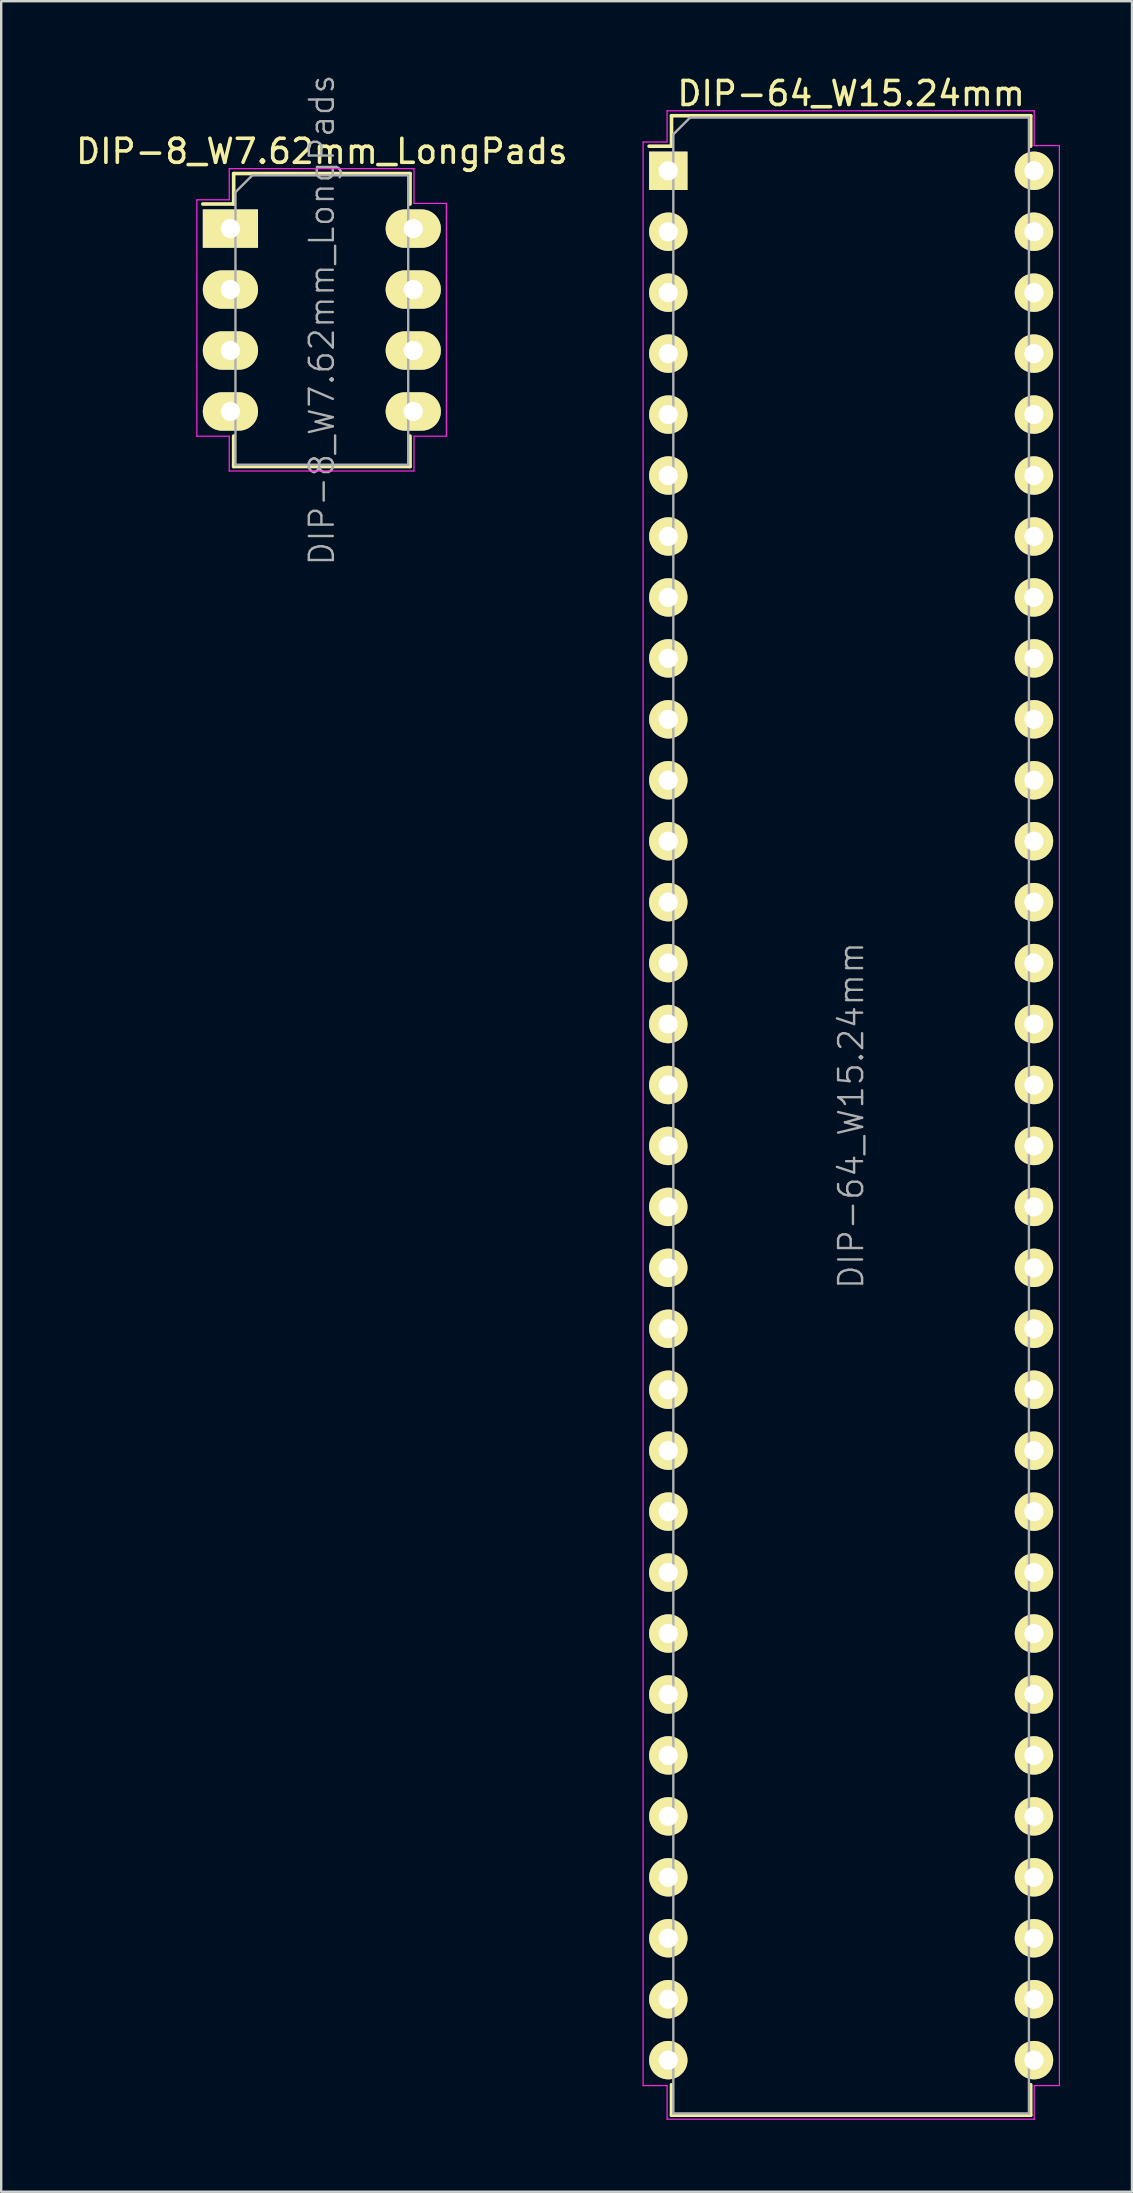
<source format=kicad_pcb>
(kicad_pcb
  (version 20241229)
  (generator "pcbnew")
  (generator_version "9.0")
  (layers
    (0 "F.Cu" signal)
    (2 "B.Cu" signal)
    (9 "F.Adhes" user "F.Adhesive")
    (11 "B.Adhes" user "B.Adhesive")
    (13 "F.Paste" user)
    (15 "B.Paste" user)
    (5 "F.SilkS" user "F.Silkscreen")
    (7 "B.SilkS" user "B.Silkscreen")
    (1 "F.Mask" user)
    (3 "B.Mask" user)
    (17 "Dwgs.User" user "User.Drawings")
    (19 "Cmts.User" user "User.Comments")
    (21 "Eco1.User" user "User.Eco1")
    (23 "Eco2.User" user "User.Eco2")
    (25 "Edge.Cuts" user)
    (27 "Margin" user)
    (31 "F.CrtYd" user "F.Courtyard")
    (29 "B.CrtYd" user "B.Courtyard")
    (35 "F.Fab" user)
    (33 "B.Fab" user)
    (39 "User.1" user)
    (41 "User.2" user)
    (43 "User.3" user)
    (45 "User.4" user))
  (footprint "DIP-64_W15.24mm"
    (layer "F.Cu")
    (at 24.801 4.068)
    (property "Reference" "DIP-64_W15.24mm" (at 7.62 -3.22 0) (layer "F.SilkS") (effects (font (size 1 1) (thickness 0.15))))
    (attr smd)
    (fp_line (start 0.135 -2.295) (end 0.135 -1.025) (stroke (width 0.15) (type solid)) (layer "F.SilkS"))
    (fp_line (start 0.135 -2.295) (end 15.105 -2.295) (stroke (width 0.15) (type solid)) (layer "F.SilkS"))
    (fp_line (start 0.135 -1.025) (end -0.8 -1.025) (stroke (width 0.15) (type solid)) (layer "F.SilkS"))
    (fp_line (start 0.135 81.035) (end 0.135 79.765) (stroke (width 0.15) (type solid)) (layer "F.SilkS"))
    (fp_line (start 0.135 81.035) (end 15.105 81.035) (stroke (width 0.15) (type solid)) (layer "F.SilkS"))
    (fp_line (start 15.105 -2.295) (end 15.105 -1.025) (stroke (width 0.15) (type solid)) (layer "F.SilkS"))
    (fp_line (start 15.105 81.035) (end 15.105 79.765) (stroke (width 0.15) (type solid)) (layer "F.SilkS"))
    (fp_line (start -1.05 -1.2) (end -1.05 79.8) (stroke (width 0.05) (type solid)) (layer "F.CrtYd"))
    (fp_line (start -1.05 -1.2) (end -0.05 -1.2) (stroke (width 0.05) (type solid)) (layer "F.CrtYd"))
    (fp_line (start -1.05 79.8) (end -0.05 79.8) (stroke (width 0.05) (type solid)) (layer "F.CrtYd"))
    (fp_line (start -0.05 -2.5) (end -0.05 -1.2) (stroke (width 0.05) (type solid)) (layer "F.CrtYd"))
    (fp_line (start -0.05 81.2) (end -0.05 79.8) (stroke (width 0.05) (type solid)) (layer "F.CrtYd"))
    (fp_line (start 15.25 -2.5) (end -0.05 -2.5) (stroke (width 0.05) (type solid)) (layer "F.CrtYd"))
    (fp_line (start 15.25 -2.5) (end 15.25 -1.05) (stroke (width 0.05) (type solid)) (layer "F.CrtYd"))
    (fp_line (start 15.25 81.2) (end -0.05 81.2) (stroke (width 0.05) (type solid)) (layer "F.CrtYd"))
    (fp_line (start 15.25 81.2) (end 15.25 79.8) (stroke (width 0.05) (type solid)) (layer "F.CrtYd"))
    (fp_line (start 16.3 -1.05) (end 15.25 -1.05) (stroke (width 0.05) (type solid)) (layer "F.CrtYd"))
    (fp_line (start 16.3 -1.05) (end 16.3 79.8) (stroke (width 0.05) (type solid)) (layer "F.CrtYd"))
    (fp_line (start 16.3 79.8) (end 15.25 79.8) (stroke (width 0.05) (type solid)) (layer "F.CrtYd"))
    (fp_line (start 0.21 -1.52) (end 0.91 -2.22) (stroke (width 0.1) (type solid)) (layer "F.Fab"))
    (fp_line (start 0.21 80.96) (end 0.21 -1.52) (stroke (width 0.1) (type solid)) (layer "F.Fab"))
    (fp_line (start 15.03 -2.22) (end 0.91 -2.22) (stroke (width 0.1) (type solid)) (layer "F.Fab"))
    (fp_line (start 15.03 80.96) (end 0.21 80.96) (stroke (width 0.1) (type solid)) (layer "F.Fab"))
    (fp_line (start 15.03 80.96) (end 15.03 -2.22) (stroke (width 0.1) (type solid)) (layer "F.Fab"))
    (fp_text user "${REFERENCE}" (at 7.62 39.37 90) (layer "F.Fab") (effects (font (size 1 1) (thickness 0.1))))
    (pad "1" thru_hole rect (at 0 0) (size 1.6 1.6) (drill 0.8) (layers "*.Cu" "*.Mask" "F.SilkS"))
    (pad "2" thru_hole oval (at 0 2.54) (size 1.6 1.6) (drill 0.8) (layers "*.Cu" "*.Mask" "F.SilkS"))
    (pad "3" thru_hole oval (at 0 5.08) (size 1.6 1.6) (drill 0.8) (layers "*.Cu" "*.Mask" "F.SilkS"))
    (pad "4" thru_hole oval (at 0 7.62) (size 1.6 1.6) (drill 0.8) (layers "*.Cu" "*.Mask" "F.SilkS"))
    (pad "5" thru_hole oval (at 0 10.16) (size 1.6 1.6) (drill 0.8) (layers "*.Cu" "*.Mask" "F.SilkS"))
    (pad "6" thru_hole oval (at 0 12.7) (size 1.6 1.6) (drill 0.8) (layers "*.Cu" "*.Mask" "F.SilkS"))
    (pad "7" thru_hole oval (at 0 15.24) (size 1.6 1.6) (drill 0.8) (layers "*.Cu" "*.Mask" "F.SilkS"))
    (pad "8" thru_hole oval (at 0 17.78) (size 1.6 1.6) (drill 0.8) (layers "*.Cu" "*.Mask" "F.SilkS"))
    (pad "9" thru_hole oval (at 0 20.32) (size 1.6 1.6) (drill 0.8) (layers "*.Cu" "*.Mask" "F.SilkS"))
    (pad "10" thru_hole oval (at 0 22.86) (size 1.6 1.6) (drill 0.8) (layers "*.Cu" "*.Mask" "F.SilkS"))
    (pad "11" thru_hole oval (at 0 25.4) (size 1.6 1.6) (drill 0.8) (layers "*.Cu" "*.Mask" "F.SilkS"))
    (pad "12" thru_hole oval (at 0 27.94) (size 1.6 1.6) (drill 0.8) (layers "*.Cu" "*.Mask" "F.SilkS"))
    (pad "13" thru_hole oval (at 0 30.48) (size 1.6 1.6) (drill 0.8) (layers "*.Cu" "*.Mask" "F.SilkS"))
    (pad "14" thru_hole oval (at 0 33.02) (size 1.6 1.6) (drill 0.8) (layers "*.Cu" "*.Mask" "F.SilkS"))
    (pad "15" thru_hole oval (at 0 35.56) (size 1.6 1.6) (drill 0.8) (layers "*.Cu" "*.Mask" "F.SilkS"))
    (pad "16" thru_hole oval (at 0 38.1) (size 1.6 1.6) (drill 0.8) (layers "*.Cu" "*.Mask" "F.SilkS"))
    (pad "17" thru_hole oval (at 0 40.64) (size 1.6 1.6) (drill 0.8) (layers "*.Cu" "*.Mask" "F.SilkS"))
    (pad "18" thru_hole oval (at 0 43.18) (size 1.6 1.6) (drill 0.8) (layers "*.Cu" "*.Mask" "F.SilkS"))
    (pad "19" thru_hole oval (at 0 45.72) (size 1.6 1.6) (drill 0.8) (layers "*.Cu" "*.Mask" "F.SilkS"))
    (pad "20" thru_hole oval (at 0 48.26) (size 1.6 1.6) (drill 0.8) (layers "*.Cu" "*.Mask" "F.SilkS"))
    (pad "21" thru_hole oval (at 0 50.8) (size 1.6 1.6) (drill 0.8) (layers "*.Cu" "*.Mask" "F.SilkS"))
    (pad "22" thru_hole oval (at 0 53.34) (size 1.6 1.6) (drill 0.8) (layers "*.Cu" "*.Mask" "F.SilkS"))
    (pad "23" thru_hole oval (at 0 55.88) (size 1.6 1.6) (drill 0.8) (layers "*.Cu" "*.Mask" "F.SilkS"))
    (pad "24" thru_hole oval (at 0 58.42) (size 1.6 1.6) (drill 0.8) (layers "*.Cu" "*.Mask" "F.SilkS"))
    (pad "25" thru_hole oval (at 0 60.96) (size 1.6 1.6) (drill 0.8) (layers "*.Cu" "*.Mask" "F.SilkS"))
    (pad "26" thru_hole oval (at 0 63.5) (size 1.6 1.6) (drill 0.8) (layers "*.Cu" "*.Mask" "F.SilkS"))
    (pad "27" thru_hole oval (at 0 66.04) (size 1.6 1.6) (drill 0.8) (layers "*.Cu" "*.Mask" "F.SilkS"))
    (pad "28" thru_hole oval (at 0 68.58) (size 1.6 1.6) (drill 0.8) (layers "*.Cu" "*.Mask" "F.SilkS"))
    (pad "29" thru_hole oval (at 0 71.12) (size 1.6 1.6) (drill 0.8) (layers "*.Cu" "*.Mask" "F.SilkS"))
    (pad "30" thru_hole oval (at 0 73.66) (size 1.6 1.6) (drill 0.8) (layers "*.Cu" "*.Mask" "F.SilkS"))
    (pad "31" thru_hole oval (at 0 76.2) (size 1.6 1.6) (drill 0.8) (layers "*.Cu" "*.Mask" "F.SilkS"))
    (pad "32" thru_hole oval (at 0 78.74) (size 1.6 1.6) (drill 0.8) (layers "*.Cu" "*.Mask" "F.SilkS"))
    (pad "33" thru_hole oval (at 15.24 78.74) (size 1.6 1.6) (drill 0.8) (layers "*.Cu" "*.Mask" "F.SilkS"))
    (pad "34" thru_hole oval (at 15.24 76.2) (size 1.6 1.6) (drill 0.8) (layers "*.Cu" "*.Mask" "F.SilkS"))
    (pad "35" thru_hole oval (at 15.24 73.66) (size 1.6 1.6) (drill 0.8) (layers "*.Cu" "*.Mask" "F.SilkS"))
    (pad "36" thru_hole oval (at 15.24 71.12) (size 1.6 1.6) (drill 0.8) (layers "*.Cu" "*.Mask" "F.SilkS"))
    (pad "37" thru_hole oval (at 15.24 68.58) (size 1.6 1.6) (drill 0.8) (layers "*.Cu" "*.Mask" "F.SilkS"))
    (pad "38" thru_hole oval (at 15.24 66.04) (size 1.6 1.6) (drill 0.8) (layers "*.Cu" "*.Mask" "F.SilkS"))
    (pad "39" thru_hole oval (at 15.24 63.5) (size 1.6 1.6) (drill 0.8) (layers "*.Cu" "*.Mask" "F.SilkS"))
    (pad "40" thru_hole oval (at 15.24 60.96) (size 1.6 1.6) (drill 0.8) (layers "*.Cu" "*.Mask" "F.SilkS"))
    (pad "41" thru_hole oval (at 15.24 58.42) (size 1.6 1.6) (drill 0.8) (layers "*.Cu" "*.Mask" "F.SilkS"))
    (pad "42" thru_hole oval (at 15.24 55.88) (size 1.6 1.6) (drill 0.8) (layers "*.Cu" "*.Mask" "F.SilkS"))
    (pad "43" thru_hole oval (at 15.24 53.34) (size 1.6 1.6) (drill 0.8) (layers "*.Cu" "*.Mask" "F.SilkS"))
    (pad "44" thru_hole oval (at 15.24 50.8) (size 1.6 1.6) (drill 0.8) (layers "*.Cu" "*.Mask" "F.SilkS"))
    (pad "45" thru_hole oval (at 15.24 48.26) (size 1.6 1.6) (drill 0.8) (layers "*.Cu" "*.Mask" "F.SilkS"))
    (pad "46" thru_hole oval (at 15.24 45.72) (size 1.6 1.6) (drill 0.8) (layers "*.Cu" "*.Mask" "F.SilkS"))
    (pad "47" thru_hole oval (at 15.24 43.18) (size 1.6 1.6) (drill 0.8) (layers "*.Cu" "*.Mask" "F.SilkS"))
    (pad "48" thru_hole oval (at 15.24 40.64) (size 1.6 1.6) (drill 0.8) (layers "*.Cu" "*.Mask" "F.SilkS"))
    (pad "49" thru_hole oval (at 15.24 38.1) (size 1.6 1.6) (drill 0.8) (layers "*.Cu" "*.Mask" "F.SilkS"))
    (pad "50" thru_hole oval (at 15.24 35.56) (size 1.6 1.6) (drill 0.8) (layers "*.Cu" "*.Mask" "F.SilkS"))
    (pad "51" thru_hole oval (at 15.24 33.02) (size 1.6 1.6) (drill 0.8) (layers "*.Cu" "*.Mask" "F.SilkS"))
    (pad "52" thru_hole oval (at 15.24 30.48) (size 1.6 1.6) (drill 0.8) (layers "*.Cu" "*.Mask" "F.SilkS"))
    (pad "53" thru_hole oval (at 15.24 27.94) (size 1.6 1.6) (drill 0.8) (layers "*.Cu" "*.Mask" "F.SilkS"))
    (pad "54" thru_hole oval (at 15.24 25.4) (size 1.6 1.6) (drill 0.8) (layers "*.Cu" "*.Mask" "F.SilkS"))
    (pad "55" thru_hole oval (at 15.24 22.86) (size 1.6 1.6) (drill 0.8) (layers "*.Cu" "*.Mask" "F.SilkS"))
    (pad "56" thru_hole oval (at 15.24 20.32) (size 1.6 1.6) (drill 0.8) (layers "*.Cu" "*.Mask" "F.SilkS"))
    (pad "57" thru_hole oval (at 15.24 17.78) (size 1.6 1.6) (drill 0.8) (layers "*.Cu" "*.Mask" "F.SilkS"))
    (pad "58" thru_hole oval (at 15.24 15.24) (size 1.6 1.6) (drill 0.8) (layers "*.Cu" "*.Mask" "F.SilkS"))
    (pad "59" thru_hole oval (at 15.24 12.7) (size 1.6 1.6) (drill 0.8) (layers "*.Cu" "*.Mask" "F.SilkS"))
    (pad "60" thru_hole oval (at 15.24 10.16) (size 1.6 1.6) (drill 0.8) (layers "*.Cu" "*.Mask" "F.SilkS"))
    (pad "61" thru_hole oval (at 15.24 7.62) (size 1.6 1.6) (drill 0.8) (layers "*.Cu" "*.Mask" "F.SilkS"))
    (pad "62" thru_hole oval (at 15.24 5.08) (size 1.6 1.6) (drill 0.8) (layers "*.Cu" "*.Mask" "F.SilkS"))
    (pad "63" thru_hole oval (at 15.24 2.54) (size 1.6 1.6) (drill 0.8) (layers "*.Cu" "*.Mask" "F.SilkS"))
    (pad "64" thru_hole oval (at 15.24 0) (size 1.6 1.6) (drill 0.8) (layers "*.Cu" "*.Mask" "F.SilkS")))
  (footprint "DIP-8_W7.62mm_LongPads"
    (layer "F.Cu")
    (at 6.553 6.478)
    (property "Reference" "DIP-8_W7.62mm_LongPads" (at 3.81 -3.22 0) (layer "F.SilkS") (effects (font (size 1 1) (thickness 0.15))))
    (attr smd)
    (fp_line (start 0.135 -2.295) (end 0.135 -1.025) (stroke (width 0.15) (type solid)) (layer "F.SilkS"))
    (fp_line (start 0.135 -2.295) (end 7.485 -2.295) (stroke (width 0.15) (type solid)) (layer "F.SilkS"))
    (fp_line (start 0.135 -1.025) (end -1.15 -1.025) (stroke (width 0.15) (type solid)) (layer "F.SilkS"))
    (fp_line (start 0.135 9.915) (end 0.135 8.645) (stroke (width 0.15) (type solid)) (layer "F.SilkS"))
    (fp_line (start 0.135 9.915) (end 7.485 9.915) (stroke (width 0.15) (type solid)) (layer "F.SilkS"))
    (fp_line (start 7.485 -2.295) (end 7.485 -1.025) (stroke (width 0.15) (type solid)) (layer "F.SilkS"))
    (fp_line (start 7.485 9.915) (end 7.485 8.645) (stroke (width 0.15) (type solid)) (layer "F.SilkS"))
    (fp_line (start -1.4 -1.2) (end -1.4 8.65) (stroke (width 0.05) (type solid)) (layer "F.CrtYd"))
    (fp_line (start -1.4 -1.2) (end -0.05 -1.2) (stroke (width 0.05) (type solid)) (layer "F.CrtYd"))
    (fp_line (start -1.4 8.65) (end -0.05 8.65) (stroke (width 0.05) (type solid)) (layer "F.CrtYd"))
    (fp_line (start -0.05 -2.5) (end -0.05 -1.2) (stroke (width 0.05) (type solid)) (layer "F.CrtYd"))
    (fp_line (start -0.05 10.1) (end -0.05 8.65) (stroke (width 0.05) (type solid)) (layer "F.CrtYd"))
    (fp_line (start 7.65 -2.5) (end -0.05 -2.5) (stroke (width 0.05) (type solid)) (layer "F.CrtYd"))
    (fp_line (start 7.65 -2.5) (end 7.65 -1.05) (stroke (width 0.05) (type solid)) (layer "F.CrtYd"))
    (fp_line (start 7.65 10.1) (end -0.05 10.1) (stroke (width 0.05) (type solid)) (layer "F.CrtYd"))
    (fp_line (start 7.65 10.1) (end 7.65 8.65) (stroke (width 0.05) (type solid)) (layer "F.CrtYd"))
    (fp_line (start 9 -1.05) (end 7.65 -1.05) (stroke (width 0.05) (type solid)) (layer "F.CrtYd"))
    (fp_line (start 9 -1.05) (end 9 8.65) (stroke (width 0.05) (type solid)) (layer "F.CrtYd"))
    (fp_line (start 9 8.65) (end 7.65 8.65) (stroke (width 0.05) (type solid)) (layer "F.CrtYd"))
    (fp_line (start 0.21 -1.52) (end 0.91 -2.22) (stroke (width 0.1) (type solid)) (layer "F.Fab"))
    (fp_line (start 0.21 9.84) (end 0.21 -1.52) (stroke (width 0.1) (type solid)) (layer "F.Fab"))
    (fp_line (start 7.41 -2.22) (end 0.91 -2.22) (stroke (width 0.1) (type solid)) (layer "F.Fab"))
    (fp_line (start 7.41 9.84) (end 0.21 9.84) (stroke (width 0.1) (type solid)) (layer "F.Fab"))
    (fp_line (start 7.41 9.84) (end 7.41 -2.22) (stroke (width 0.1) (type solid)) (layer "F.Fab"))
    (fp_text user "${REFERENCE}" (at 3.81 3.81 90) (layer "F.Fab") (effects (font (size 1 1) (thickness 0.1))))
    (pad "1" thru_hole rect (at 0 0) (size 2.3 1.6) (drill 0.8) (layers "*.Cu" "*.Mask" "F.SilkS"))
    (pad "2" thru_hole oval (at 0 2.54) (size 2.3 1.6) (drill 0.8) (layers "*.Cu" "*.Mask" "F.SilkS"))
    (pad "3" thru_hole oval (at 0 5.08) (size 2.3 1.6) (drill 0.8) (layers "*.Cu" "*.Mask" "F.SilkS"))
    (pad "4" thru_hole oval (at 0 7.62) (size 2.3 1.6) (drill 0.8) (layers "*.Cu" "*.Mask" "F.SilkS"))
    (pad "5" thru_hole oval (at 7.62 7.62) (size 2.3 1.6) (drill 0.8) (layers "*.Cu" "*.Mask" "F.SilkS"))
    (pad "6" thru_hole oval (at 7.62 5.08) (size 2.3 1.6) (drill 0.8) (layers "*.Cu" "*.Mask" "F.SilkS"))
    (pad "7" thru_hole oval (at 7.62 2.54) (size 2.3 1.6) (drill 0.8) (layers "*.Cu" "*.Mask" "F.SilkS"))
    (pad "8" thru_hole oval (at 7.62 0) (size 2.3 1.6) (drill 0.8) (layers "*.Cu" "*.Mask" "F.SilkS")))
  (gr_rect
    (start -3 -3)
    (end 44.126 88.293)
    (stroke (width 0.1) (type default))
    (fill no)
    (layer "Edge.Cuts")))
</source>
